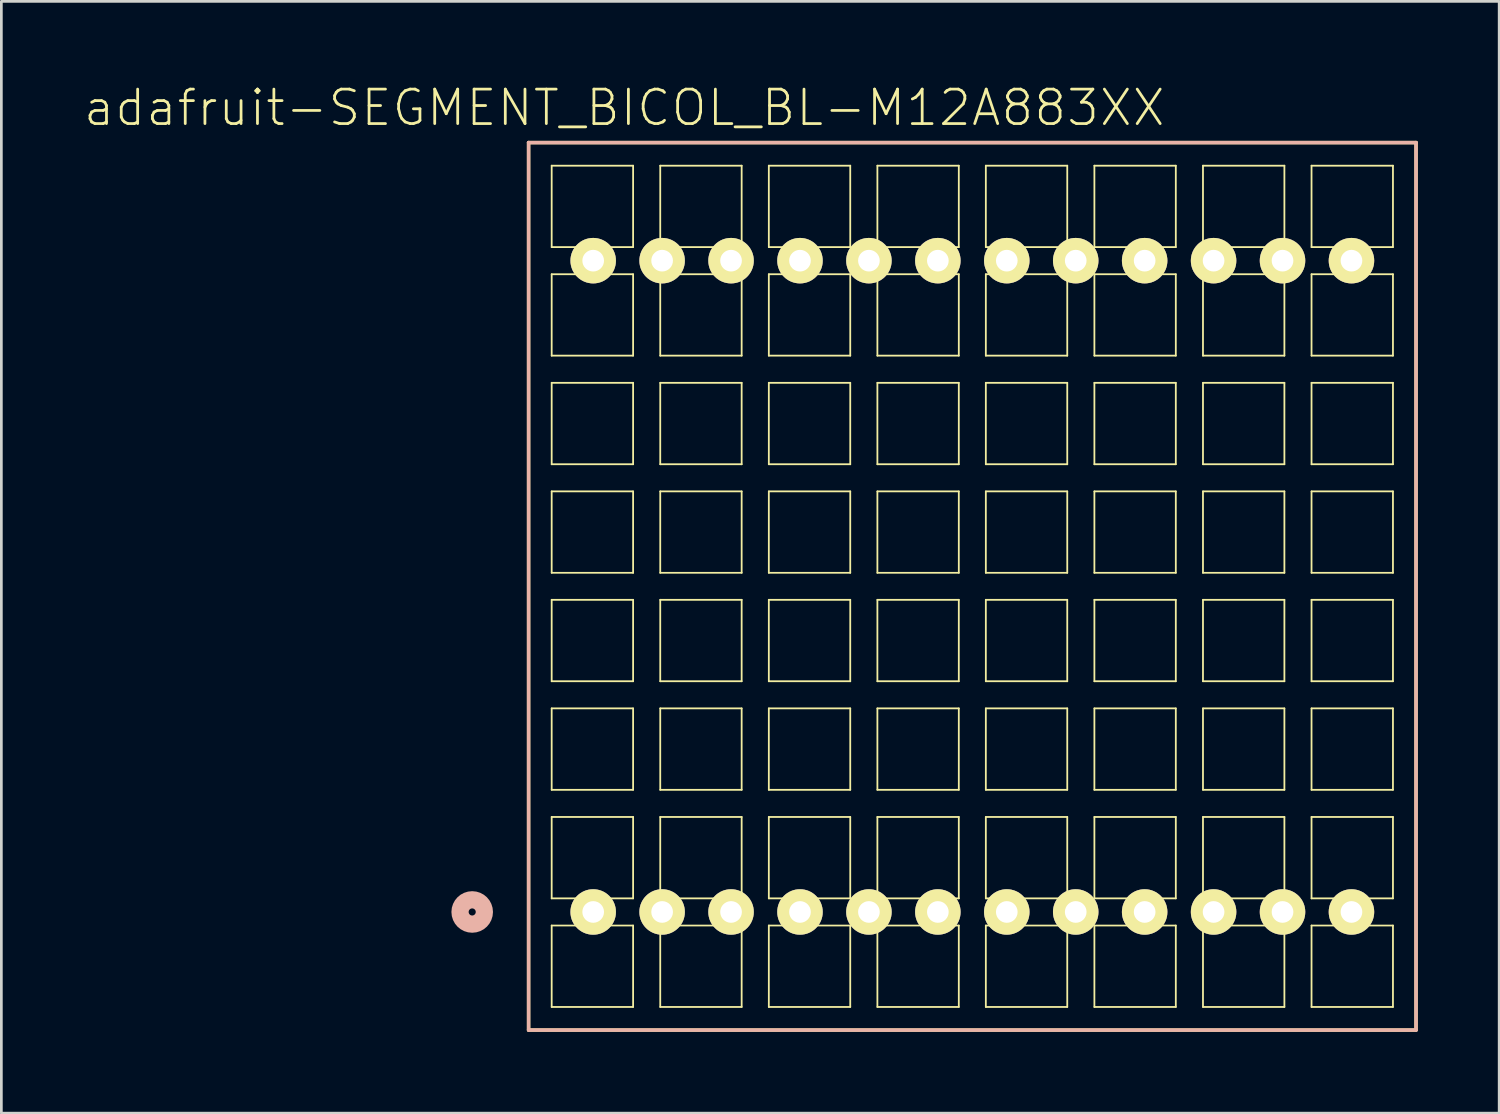
<source format=kicad_pcb>
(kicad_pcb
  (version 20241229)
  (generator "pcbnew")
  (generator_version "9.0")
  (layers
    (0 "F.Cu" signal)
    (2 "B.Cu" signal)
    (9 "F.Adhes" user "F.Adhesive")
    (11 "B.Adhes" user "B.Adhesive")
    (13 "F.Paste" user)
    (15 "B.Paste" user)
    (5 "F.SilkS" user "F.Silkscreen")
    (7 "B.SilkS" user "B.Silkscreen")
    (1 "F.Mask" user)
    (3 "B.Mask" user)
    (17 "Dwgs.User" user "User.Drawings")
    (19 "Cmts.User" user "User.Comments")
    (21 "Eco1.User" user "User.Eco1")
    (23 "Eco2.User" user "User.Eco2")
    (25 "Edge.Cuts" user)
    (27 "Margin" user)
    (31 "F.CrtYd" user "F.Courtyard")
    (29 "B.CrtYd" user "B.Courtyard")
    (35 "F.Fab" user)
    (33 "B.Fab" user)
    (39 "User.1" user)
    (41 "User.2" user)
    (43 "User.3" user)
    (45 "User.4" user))
  (footprint "adafruit-SEGMENT_BICOL_BL-M12A883XX"
    (layer "F.Cu")
    (at 32.777 18.554)
    (property "Reference" "adafruit-SEGMENT_BICOL_BL-M12A883XX" (at -12.824 -17.633 0) (layer "F.SilkS") (effects (font (size 1.27 1.27) (thickness 0.102))))
    (attr exclude_from_pos_files exclude_from_bom)
    (fp_line (start -16.35 -16.35) (end 16.35 -16.35) (stroke (width 0.127) (type solid)) (layer "F.SilkS"))
    (fp_line (start -16.35 16.35) (end -16.35 -16.35) (stroke (width 0.127) (type solid)) (layer "F.SilkS"))
    (fp_line (start -15.499 -15.499) (end -12.499 -15.499) (stroke (width 0.066) (type solid)) (layer "F.SilkS"))
    (fp_line (start -15.499 -12.499) (end -15.499 -15.499) (stroke (width 0.066) (type solid)) (layer "F.SilkS"))
    (fp_line (start -15.499 -12.499) (end -12.499 -12.499) (stroke (width 0.066) (type solid)) (layer "F.SilkS"))
    (fp_line (start -15.499 -11.499) (end -12.499 -11.499) (stroke (width 0.066) (type solid)) (layer "F.SilkS"))
    (fp_line (start -15.499 -8.499) (end -15.499 -11.499) (stroke (width 0.066) (type solid)) (layer "F.SilkS"))
    (fp_line (start -15.499 -8.499) (end -12.499 -8.499) (stroke (width 0.066) (type solid)) (layer "F.SilkS"))
    (fp_line (start -15.499 -7.498) (end -12.499 -7.498) (stroke (width 0.066) (type solid)) (layer "F.SilkS"))
    (fp_line (start -15.499 -4.498) (end -15.499 -7.498) (stroke (width 0.066) (type solid)) (layer "F.SilkS"))
    (fp_line (start -15.499 -4.498) (end -12.499 -4.498) (stroke (width 0.066) (type solid)) (layer "F.SilkS"))
    (fp_line (start -15.499 -3.498) (end -12.499 -3.498) (stroke (width 0.066) (type solid)) (layer "F.SilkS"))
    (fp_line (start -15.499 -0.498) (end -15.499 -3.498) (stroke (width 0.066) (type solid)) (layer "F.SilkS"))
    (fp_line (start -15.499 -0.498) (end -12.499 -0.498) (stroke (width 0.066) (type solid)) (layer "F.SilkS"))
    (fp_line (start -15.499 0.498) (end -12.499 0.498) (stroke (width 0.066) (type solid)) (layer "F.SilkS"))
    (fp_line (start -15.499 3.498) (end -15.499 0.498) (stroke (width 0.066) (type solid)) (layer "F.SilkS"))
    (fp_line (start -15.499 3.498) (end -12.499 3.498) (stroke (width 0.066) (type solid)) (layer "F.SilkS"))
    (fp_line (start -15.499 4.498) (end -12.499 4.498) (stroke (width 0.066) (type solid)) (layer "F.SilkS"))
    (fp_line (start -15.499 7.498) (end -15.499 4.498) (stroke (width 0.066) (type solid)) (layer "F.SilkS"))
    (fp_line (start -15.499 7.498) (end -12.499 7.498) (stroke (width 0.066) (type solid)) (layer "F.SilkS"))
    (fp_line (start -15.499 8.499) (end -12.499 8.499) (stroke (width 0.066) (type solid)) (layer "F.SilkS"))
    (fp_line (start -15.499 11.499) (end -15.499 8.499) (stroke (width 0.066) (type solid)) (layer "F.SilkS"))
    (fp_line (start -15.499 11.499) (end -12.499 11.499) (stroke (width 0.066) (type solid)) (layer "F.SilkS"))
    (fp_line (start -15.499 12.499) (end -12.499 12.499) (stroke (width 0.066) (type solid)) (layer "F.SilkS"))
    (fp_line (start -15.499 15.499) (end -15.499 12.499) (stroke (width 0.066) (type solid)) (layer "F.SilkS"))
    (fp_line (start -15.499 15.499) (end -12.499 15.499) (stroke (width 0.066) (type solid)) (layer "F.SilkS"))
    (fp_line (start -12.499 -12.499) (end -12.499 -15.499) (stroke (width 0.066) (type solid)) (layer "F.SilkS"))
    (fp_line (start -12.499 -8.499) (end -12.499 -11.499) (stroke (width 0.066) (type solid)) (layer "F.SilkS"))
    (fp_line (start -12.499 -4.498) (end -12.499 -7.498) (stroke (width 0.066) (type solid)) (layer "F.SilkS"))
    (fp_line (start -12.499 -0.498) (end -12.499 -3.498) (stroke (width 0.066) (type solid)) (layer "F.SilkS"))
    (fp_line (start -12.499 3.498) (end -12.499 0.498) (stroke (width 0.066) (type solid)) (layer "F.SilkS"))
    (fp_line (start -12.499 7.498) (end -12.499 4.498) (stroke (width 0.066) (type solid)) (layer "F.SilkS"))
    (fp_line (start -12.499 11.499) (end -12.499 8.499) (stroke (width 0.066) (type solid)) (layer "F.SilkS"))
    (fp_line (start -12.499 15.499) (end -12.499 12.499) (stroke (width 0.066) (type solid)) (layer "F.SilkS"))
    (fp_line (start -11.499 -15.499) (end -8.499 -15.499) (stroke (width 0.066) (type solid)) (layer "F.SilkS"))
    (fp_line (start -11.499 -12.499) (end -11.499 -15.499) (stroke (width 0.066) (type solid)) (layer "F.SilkS"))
    (fp_line (start -11.499 -12.499) (end -8.499 -12.499) (stroke (width 0.066) (type solid)) (layer "F.SilkS"))
    (fp_line (start -11.499 -11.499) (end -8.499 -11.499) (stroke (width 0.066) (type solid)) (layer "F.SilkS"))
    (fp_line (start -11.499 -8.499) (end -11.499 -11.499) (stroke (width 0.066) (type solid)) (layer "F.SilkS"))
    (fp_line (start -11.499 -8.499) (end -8.499 -8.499) (stroke (width 0.066) (type solid)) (layer "F.SilkS"))
    (fp_line (start -11.499 -7.498) (end -8.499 -7.498) (stroke (width 0.066) (type solid)) (layer "F.SilkS"))
    (fp_line (start -11.499 -4.498) (end -11.499 -7.498) (stroke (width 0.066) (type solid)) (layer "F.SilkS"))
    (fp_line (start -11.499 -4.498) (end -8.499 -4.498) (stroke (width 0.066) (type solid)) (layer "F.SilkS"))
    (fp_line (start -11.499 -3.498) (end -8.499 -3.498) (stroke (width 0.066) (type solid)) (layer "F.SilkS"))
    (fp_line (start -11.499 -0.498) (end -11.499 -3.498) (stroke (width 0.066) (type solid)) (layer "F.SilkS"))
    (fp_line (start -11.499 -0.498) (end -8.499 -0.498) (stroke (width 0.066) (type solid)) (layer "F.SilkS"))
    (fp_line (start -11.499 0.498) (end -8.499 0.498) (stroke (width 0.066) (type solid)) (layer "F.SilkS"))
    (fp_line (start -11.499 3.498) (end -11.499 0.498) (stroke (width 0.066) (type solid)) (layer "F.SilkS"))
    (fp_line (start -11.499 3.498) (end -8.499 3.498) (stroke (width 0.066) (type solid)) (layer "F.SilkS"))
    (fp_line (start -11.499 4.498) (end -8.499 4.498) (stroke (width 0.066) (type solid)) (layer "F.SilkS"))
    (fp_line (start -11.499 7.498) (end -11.499 4.498) (stroke (width 0.066) (type solid)) (layer "F.SilkS"))
    (fp_line (start -11.499 7.498) (end -8.499 7.498) (stroke (width 0.066) (type solid)) (layer "F.SilkS"))
    (fp_line (start -11.499 8.499) (end -8.499 8.499) (stroke (width 0.066) (type solid)) (layer "F.SilkS"))
    (fp_line (start -11.499 11.499) (end -11.499 8.499) (stroke (width 0.066) (type solid)) (layer "F.SilkS"))
    (fp_line (start -11.499 11.499) (end -8.499 11.499) (stroke (width 0.066) (type solid)) (layer "F.SilkS"))
    (fp_line (start -11.499 12.499) (end -8.499 12.499) (stroke (width 0.066) (type solid)) (layer "F.SilkS"))
    (fp_line (start -11.499 15.499) (end -11.499 12.499) (stroke (width 0.066) (type solid)) (layer "F.SilkS"))
    (fp_line (start -11.499 15.499) (end -8.499 15.499) (stroke (width 0.066) (type solid)) (layer "F.SilkS"))
    (fp_line (start -8.499 -12.499) (end -8.499 -15.499) (stroke (width 0.066) (type solid)) (layer "F.SilkS"))
    (fp_line (start -8.499 -8.499) (end -8.499 -11.499) (stroke (width 0.066) (type solid)) (layer "F.SilkS"))
    (fp_line (start -8.499 -4.498) (end -8.499 -7.498) (stroke (width 0.066) (type solid)) (layer "F.SilkS"))
    (fp_line (start -8.499 -0.498) (end -8.499 -3.498) (stroke (width 0.066) (type solid)) (layer "F.SilkS"))
    (fp_line (start -8.499 3.498) (end -8.499 0.498) (stroke (width 0.066) (type solid)) (layer "F.SilkS"))
    (fp_line (start -8.499 7.498) (end -8.499 4.498) (stroke (width 0.066) (type solid)) (layer "F.SilkS"))
    (fp_line (start -8.499 11.499) (end -8.499 8.499) (stroke (width 0.066) (type solid)) (layer "F.SilkS"))
    (fp_line (start -8.499 15.499) (end -8.499 12.499) (stroke (width 0.066) (type solid)) (layer "F.SilkS"))
    (fp_line (start -7.498 -15.499) (end -4.498 -15.499) (stroke (width 0.066) (type solid)) (layer "F.SilkS"))
    (fp_line (start -7.498 -12.499) (end -7.498 -15.499) (stroke (width 0.066) (type solid)) (layer "F.SilkS"))
    (fp_line (start -7.498 -12.499) (end -4.498 -12.499) (stroke (width 0.066) (type solid)) (layer "F.SilkS"))
    (fp_line (start -7.498 -11.499) (end -4.498 -11.499) (stroke (width 0.066) (type solid)) (layer "F.SilkS"))
    (fp_line (start -7.498 -8.499) (end -7.498 -11.499) (stroke (width 0.066) (type solid)) (layer "F.SilkS"))
    (fp_line (start -7.498 -8.499) (end -4.498 -8.499) (stroke (width 0.066) (type solid)) (layer "F.SilkS"))
    (fp_line (start -7.498 -7.498) (end -4.498 -7.498) (stroke (width 0.066) (type solid)) (layer "F.SilkS"))
    (fp_line (start -7.498 -4.498) (end -7.498 -7.498) (stroke (width 0.066) (type solid)) (layer "F.SilkS"))
    (fp_line (start -7.498 -4.498) (end -4.498 -4.498) (stroke (width 0.066) (type solid)) (layer "F.SilkS"))
    (fp_line (start -7.498 -3.498) (end -4.498 -3.498) (stroke (width 0.066) (type solid)) (layer "F.SilkS"))
    (fp_line (start -7.498 -0.498) (end -7.498 -3.498) (stroke (width 0.066) (type solid)) (layer "F.SilkS"))
    (fp_line (start -7.498 -0.498) (end -4.498 -0.498) (stroke (width 0.066) (type solid)) (layer "F.SilkS"))
    (fp_line (start -7.498 0.498) (end -4.498 0.498) (stroke (width 0.066) (type solid)) (layer "F.SilkS"))
    (fp_line (start -7.498 3.498) (end -7.498 0.498) (stroke (width 0.066) (type solid)) (layer "F.SilkS"))
    (fp_line (start -7.498 3.498) (end -4.498 3.498) (stroke (width 0.066) (type solid)) (layer "F.SilkS"))
    (fp_line (start -7.498 4.498) (end -4.498 4.498) (stroke (width 0.066) (type solid)) (layer "F.SilkS"))
    (fp_line (start -7.498 7.498) (end -7.498 4.498) (stroke (width 0.066) (type solid)) (layer "F.SilkS"))
    (fp_line (start -7.498 7.498) (end -4.498 7.498) (stroke (width 0.066) (type solid)) (layer "F.SilkS"))
    (fp_line (start -7.498 8.499) (end -4.498 8.499) (stroke (width 0.066) (type solid)) (layer "F.SilkS"))
    (fp_line (start -7.498 11.499) (end -7.498 8.499) (stroke (width 0.066) (type solid)) (layer "F.SilkS"))
    (fp_line (start -7.498 11.499) (end -4.498 11.499) (stroke (width 0.066) (type solid)) (layer "F.SilkS"))
    (fp_line (start -7.498 12.499) (end -4.498 12.499) (stroke (width 0.066) (type solid)) (layer "F.SilkS"))
    (fp_line (start -7.498 15.499) (end -7.498 12.499) (stroke (width 0.066) (type solid)) (layer "F.SilkS"))
    (fp_line (start -7.498 15.499) (end -4.498 15.499) (stroke (width 0.066) (type solid)) (layer "F.SilkS"))
    (fp_line (start -4.498 -12.499) (end -4.498 -15.499) (stroke (width 0.066) (type solid)) (layer "F.SilkS"))
    (fp_line (start -4.498 -8.499) (end -4.498 -11.499) (stroke (width 0.066) (type solid)) (layer "F.SilkS"))
    (fp_line (start -4.498 -4.498) (end -4.498 -7.498) (stroke (width 0.066) (type solid)) (layer "F.SilkS"))
    (fp_line (start -4.498 -0.498) (end -4.498 -3.498) (stroke (width 0.066) (type solid)) (layer "F.SilkS"))
    (fp_line (start -4.498 3.498) (end -4.498 0.498) (stroke (width 0.066) (type solid)) (layer "F.SilkS"))
    (fp_line (start -4.498 7.498) (end -4.498 4.498) (stroke (width 0.066) (type solid)) (layer "F.SilkS"))
    (fp_line (start -4.498 11.499) (end -4.498 8.499) (stroke (width 0.066) (type solid)) (layer "F.SilkS"))
    (fp_line (start -4.498 15.499) (end -4.498 12.499) (stroke (width 0.066) (type solid)) (layer "F.SilkS"))
    (fp_line (start -3.498 -15.499) (end -0.498 -15.499) (stroke (width 0.066) (type solid)) (layer "F.SilkS"))
    (fp_line (start -3.498 -12.499) (end -3.498 -15.499) (stroke (width 0.066) (type solid)) (layer "F.SilkS"))
    (fp_line (start -3.498 -12.499) (end -0.498 -12.499) (stroke (width 0.066) (type solid)) (layer "F.SilkS"))
    (fp_line (start -3.498 -11.499) (end -0.498 -11.499) (stroke (width 0.066) (type solid)) (layer "F.SilkS"))
    (fp_line (start -3.498 -8.499) (end -3.498 -11.499) (stroke (width 0.066) (type solid)) (layer "F.SilkS"))
    (fp_line (start -3.498 -8.499) (end -0.498 -8.499) (stroke (width 0.066) (type solid)) (layer "F.SilkS"))
    (fp_line (start -3.498 -7.498) (end -0.498 -7.498) (stroke (width 0.066) (type solid)) (layer "F.SilkS"))
    (fp_line (start -3.498 -4.498) (end -3.498 -7.498) (stroke (width 0.066) (type solid)) (layer "F.SilkS"))
    (fp_line (start -3.498 -4.498) (end -0.498 -4.498) (stroke (width 0.066) (type solid)) (layer "F.SilkS"))
    (fp_line (start -3.498 -3.498) (end -0.498 -3.498) (stroke (width 0.066) (type solid)) (layer "F.SilkS"))
    (fp_line (start -3.498 -0.498) (end -3.498 -3.498) (stroke (width 0.066) (type solid)) (layer "F.SilkS"))
    (fp_line (start -3.498 -0.498) (end -0.498 -0.498) (stroke (width 0.066) (type solid)) (layer "F.SilkS"))
    (fp_line (start -3.498 0.498) (end -0.498 0.498) (stroke (width 0.066) (type solid)) (layer "F.SilkS"))
    (fp_line (start -3.498 3.498) (end -3.498 0.498) (stroke (width 0.066) (type solid)) (layer "F.SilkS"))
    (fp_line (start -3.498 3.498) (end -0.498 3.498) (stroke (width 0.066) (type solid)) (layer "F.SilkS"))
    (fp_line (start -3.498 4.498) (end -0.498 4.498) (stroke (width 0.066) (type solid)) (layer "F.SilkS"))
    (fp_line (start -3.498 7.498) (end -3.498 4.498) (stroke (width 0.066) (type solid)) (layer "F.SilkS"))
    (fp_line (start -3.498 7.498) (end -0.498 7.498) (stroke (width 0.066) (type solid)) (layer "F.SilkS"))
    (fp_line (start -3.498 8.499) (end -0.498 8.499) (stroke (width 0.066) (type solid)) (layer "F.SilkS"))
    (fp_line (start -3.498 11.499) (end -3.498 8.499) (stroke (width 0.066) (type solid)) (layer "F.SilkS"))
    (fp_line (start -3.498 11.499) (end -0.498 11.499) (stroke (width 0.066) (type solid)) (layer "F.SilkS"))
    (fp_line (start -3.498 12.499) (end -0.498 12.499) (stroke (width 0.066) (type solid)) (layer "F.SilkS"))
    (fp_line (start -3.498 15.499) (end -3.498 12.499) (stroke (width 0.066) (type solid)) (layer "F.SilkS"))
    (fp_line (start -3.498 15.499) (end -0.498 15.499) (stroke (width 0.066) (type solid)) (layer "F.SilkS"))
    (fp_line (start -0.498 -12.499) (end -0.498 -15.499) (stroke (width 0.066) (type solid)) (layer "F.SilkS"))
    (fp_line (start -0.498 -8.499) (end -0.498 -11.499) (stroke (width 0.066) (type solid)) (layer "F.SilkS"))
    (fp_line (start -0.498 -4.498) (end -0.498 -7.498) (stroke (width 0.066) (type solid)) (layer "F.SilkS"))
    (fp_line (start -0.498 -0.498) (end -0.498 -3.498) (stroke (width 0.066) (type solid)) (layer "F.SilkS"))
    (fp_line (start -0.498 3.498) (end -0.498 0.498) (stroke (width 0.066) (type solid)) (layer "F.SilkS"))
    (fp_line (start -0.498 7.498) (end -0.498 4.498) (stroke (width 0.066) (type solid)) (layer "F.SilkS"))
    (fp_line (start -0.498 11.499) (end -0.498 8.499) (stroke (width 0.066) (type solid)) (layer "F.SilkS"))
    (fp_line (start -0.498 15.499) (end -0.498 12.499) (stroke (width 0.066) (type solid)) (layer "F.SilkS"))
    (fp_line (start 0.498 -15.499) (end 3.498 -15.499) (stroke (width 0.066) (type solid)) (layer "F.SilkS"))
    (fp_line (start 0.498 -12.499) (end 0.498 -15.499) (stroke (width 0.066) (type solid)) (layer "F.SilkS"))
    (fp_line (start 0.498 -12.499) (end 3.498 -12.499) (stroke (width 0.066) (type solid)) (layer "F.SilkS"))
    (fp_line (start 0.498 -11.499) (end 3.498 -11.499) (stroke (width 0.066) (type solid)) (layer "F.SilkS"))
    (fp_line (start 0.498 -8.499) (end 0.498 -11.499) (stroke (width 0.066) (type solid)) (layer "F.SilkS"))
    (fp_line (start 0.498 -8.499) (end 3.498 -8.499) (stroke (width 0.066) (type solid)) (layer "F.SilkS"))
    (fp_line (start 0.498 -7.498) (end 3.498 -7.498) (stroke (width 0.066) (type solid)) (layer "F.SilkS"))
    (fp_line (start 0.498 -4.498) (end 0.498 -7.498) (stroke (width 0.066) (type solid)) (layer "F.SilkS"))
    (fp_line (start 0.498 -4.498) (end 3.498 -4.498) (stroke (width 0.066) (type solid)) (layer "F.SilkS"))
    (fp_line (start 0.498 -3.498) (end 3.498 -3.498) (stroke (width 0.066) (type solid)) (layer "F.SilkS"))
    (fp_line (start 0.498 -0.498) (end 0.498 -3.498) (stroke (width 0.066) (type solid)) (layer "F.SilkS"))
    (fp_line (start 0.498 -0.498) (end 3.498 -0.498) (stroke (width 0.066) (type solid)) (layer "F.SilkS"))
    (fp_line (start 0.498 0.498) (end 3.498 0.498) (stroke (width 0.066) (type solid)) (layer "F.SilkS"))
    (fp_line (start 0.498 3.498) (end 0.498 0.498) (stroke (width 0.066) (type solid)) (layer "F.SilkS"))
    (fp_line (start 0.498 3.498) (end 3.498 3.498) (stroke (width 0.066) (type solid)) (layer "F.SilkS"))
    (fp_line (start 0.498 4.498) (end 3.498 4.498) (stroke (width 0.066) (type solid)) (layer "F.SilkS"))
    (fp_line (start 0.498 7.498) (end 0.498 4.498) (stroke (width 0.066) (type solid)) (layer "F.SilkS"))
    (fp_line (start 0.498 7.498) (end 3.498 7.498) (stroke (width 0.066) (type solid)) (layer "F.SilkS"))
    (fp_line (start 0.498 8.499) (end 3.498 8.499) (stroke (width 0.066) (type solid)) (layer "F.SilkS"))
    (fp_line (start 0.498 11.499) (end 0.498 8.499) (stroke (width 0.066) (type solid)) (layer "F.SilkS"))
    (fp_line (start 0.498 11.499) (end 3.498 11.499) (stroke (width 0.066) (type solid)) (layer "F.SilkS"))
    (fp_line (start 0.498 12.499) (end 3.498 12.499) (stroke (width 0.066) (type solid)) (layer "F.SilkS"))
    (fp_line (start 0.498 15.499) (end 0.498 12.499) (stroke (width 0.066) (type solid)) (layer "F.SilkS"))
    (fp_line (start 0.498 15.499) (end 3.498 15.499) (stroke (width 0.066) (type solid)) (layer "F.SilkS"))
    (fp_line (start 3.498 -12.499) (end 3.498 -15.499) (stroke (width 0.066) (type solid)) (layer "F.SilkS"))
    (fp_line (start 3.498 -8.499) (end 3.498 -11.499) (stroke (width 0.066) (type solid)) (layer "F.SilkS"))
    (fp_line (start 3.498 -4.498) (end 3.498 -7.498) (stroke (width 0.066) (type solid)) (layer "F.SilkS"))
    (fp_line (start 3.498 -0.498) (end 3.498 -3.498) (stroke (width 0.066) (type solid)) (layer "F.SilkS"))
    (fp_line (start 3.498 3.498) (end 3.498 0.498) (stroke (width 0.066) (type solid)) (layer "F.SilkS"))
    (fp_line (start 3.498 7.498) (end 3.498 4.498) (stroke (width 0.066) (type solid)) (layer "F.SilkS"))
    (fp_line (start 3.498 11.499) (end 3.498 8.499) (stroke (width 0.066) (type solid)) (layer "F.SilkS"))
    (fp_line (start 3.498 15.499) (end 3.498 12.499) (stroke (width 0.066) (type solid)) (layer "F.SilkS"))
    (fp_line (start 4.498 -15.499) (end 7.498 -15.499) (stroke (width 0.066) (type solid)) (layer "F.SilkS"))
    (fp_line (start 4.498 -12.499) (end 4.498 -15.499) (stroke (width 0.066) (type solid)) (layer "F.SilkS"))
    (fp_line (start 4.498 -12.499) (end 7.498 -12.499) (stroke (width 0.066) (type solid)) (layer "F.SilkS"))
    (fp_line (start 4.498 -11.499) (end 7.498 -11.499) (stroke (width 0.066) (type solid)) (layer "F.SilkS"))
    (fp_line (start 4.498 -8.499) (end 4.498 -11.499) (stroke (width 0.066) (type solid)) (layer "F.SilkS"))
    (fp_line (start 4.498 -8.499) (end 7.498 -8.499) (stroke (width 0.066) (type solid)) (layer "F.SilkS"))
    (fp_line (start 4.498 -7.498) (end 7.498 -7.498) (stroke (width 0.066) (type solid)) (layer "F.SilkS"))
    (fp_line (start 4.498 -4.498) (end 4.498 -7.498) (stroke (width 0.066) (type solid)) (layer "F.SilkS"))
    (fp_line (start 4.498 -4.498) (end 7.498 -4.498) (stroke (width 0.066) (type solid)) (layer "F.SilkS"))
    (fp_line (start 4.498 -3.498) (end 7.498 -3.498) (stroke (width 0.066) (type solid)) (layer "F.SilkS"))
    (fp_line (start 4.498 -0.498) (end 4.498 -3.498) (stroke (width 0.066) (type solid)) (layer "F.SilkS"))
    (fp_line (start 4.498 -0.498) (end 7.498 -0.498) (stroke (width 0.066) (type solid)) (layer "F.SilkS"))
    (fp_line (start 4.498 0.498) (end 7.498 0.498) (stroke (width 0.066) (type solid)) (layer "F.SilkS"))
    (fp_line (start 4.498 3.498) (end 4.498 0.498) (stroke (width 0.066) (type solid)) (layer "F.SilkS"))
    (fp_line (start 4.498 3.498) (end 7.498 3.498) (stroke (width 0.066) (type solid)) (layer "F.SilkS"))
    (fp_line (start 4.498 4.498) (end 7.498 4.498) (stroke (width 0.066) (type solid)) (layer "F.SilkS"))
    (fp_line (start 4.498 7.498) (end 4.498 4.498) (stroke (width 0.066) (type solid)) (layer "F.SilkS"))
    (fp_line (start 4.498 7.498) (end 7.498 7.498) (stroke (width 0.066) (type solid)) (layer "F.SilkS"))
    (fp_line (start 4.498 8.499) (end 7.498 8.499) (stroke (width 0.066) (type solid)) (layer "F.SilkS"))
    (fp_line (start 4.498 11.499) (end 4.498 8.499) (stroke (width 0.066) (type solid)) (layer "F.SilkS"))
    (fp_line (start 4.498 11.499) (end 7.498 11.499) (stroke (width 0.066) (type solid)) (layer "F.SilkS"))
    (fp_line (start 4.498 12.499) (end 7.498 12.499) (stroke (width 0.066) (type solid)) (layer "F.SilkS"))
    (fp_line (start 4.498 15.499) (end 4.498 12.499) (stroke (width 0.066) (type solid)) (layer "F.SilkS"))
    (fp_line (start 4.498 15.499) (end 7.498 15.499) (stroke (width 0.066) (type solid)) (layer "F.SilkS"))
    (fp_line (start 7.498 -12.499) (end 7.498 -15.499) (stroke (width 0.066) (type solid)) (layer "F.SilkS"))
    (fp_line (start 7.498 -8.499) (end 7.498 -11.499) (stroke (width 0.066) (type solid)) (layer "F.SilkS"))
    (fp_line (start 7.498 -4.498) (end 7.498 -7.498) (stroke (width 0.066) (type solid)) (layer "F.SilkS"))
    (fp_line (start 7.498 -0.498) (end 7.498 -3.498) (stroke (width 0.066) (type solid)) (layer "F.SilkS"))
    (fp_line (start 7.498 3.498) (end 7.498 0.498) (stroke (width 0.066) (type solid)) (layer "F.SilkS"))
    (fp_line (start 7.498 7.498) (end 7.498 4.498) (stroke (width 0.066) (type solid)) (layer "F.SilkS"))
    (fp_line (start 7.498 11.499) (end 7.498 8.499) (stroke (width 0.066) (type solid)) (layer "F.SilkS"))
    (fp_line (start 7.498 15.499) (end 7.498 12.499) (stroke (width 0.066) (type solid)) (layer "F.SilkS"))
    (fp_line (start 8.499 -15.499) (end 11.499 -15.499) (stroke (width 0.066) (type solid)) (layer "F.SilkS"))
    (fp_line (start 8.499 -12.499) (end 8.499 -15.499) (stroke (width 0.066) (type solid)) (layer "F.SilkS"))
    (fp_line (start 8.499 -12.499) (end 11.499 -12.499) (stroke (width 0.066) (type solid)) (layer "F.SilkS"))
    (fp_line (start 8.499 -11.499) (end 11.499 -11.499) (stroke (width 0.066) (type solid)) (layer "F.SilkS"))
    (fp_line (start 8.499 -8.499) (end 8.499 -11.499) (stroke (width 0.066) (type solid)) (layer "F.SilkS"))
    (fp_line (start 8.499 -8.499) (end 11.499 -8.499) (stroke (width 0.066) (type solid)) (layer "F.SilkS"))
    (fp_line (start 8.499 -7.498) (end 11.499 -7.498) (stroke (width 0.066) (type solid)) (layer "F.SilkS"))
    (fp_line (start 8.499 -4.498) (end 8.499 -7.498) (stroke (width 0.066) (type solid)) (layer "F.SilkS"))
    (fp_line (start 8.499 -4.498) (end 11.499 -4.498) (stroke (width 0.066) (type solid)) (layer "F.SilkS"))
    (fp_line (start 8.499 -3.498) (end 11.499 -3.498) (stroke (width 0.066) (type solid)) (layer "F.SilkS"))
    (fp_line (start 8.499 -0.498) (end 8.499 -3.498) (stroke (width 0.066) (type solid)) (layer "F.SilkS"))
    (fp_line (start 8.499 -0.498) (end 11.499 -0.498) (stroke (width 0.066) (type solid)) (layer "F.SilkS"))
    (fp_line (start 8.499 0.498) (end 11.499 0.498) (stroke (width 0.066) (type solid)) (layer "F.SilkS"))
    (fp_line (start 8.499 3.498) (end 8.499 0.498) (stroke (width 0.066) (type solid)) (layer "F.SilkS"))
    (fp_line (start 8.499 3.498) (end 11.499 3.498) (stroke (width 0.066) (type solid)) (layer "F.SilkS"))
    (fp_line (start 8.499 4.498) (end 11.499 4.498) (stroke (width 0.066) (type solid)) (layer "F.SilkS"))
    (fp_line (start 8.499 7.498) (end 8.499 4.498) (stroke (width 0.066) (type solid)) (layer "F.SilkS"))
    (fp_line (start 8.499 7.498) (end 11.499 7.498) (stroke (width 0.066) (type solid)) (layer "F.SilkS"))
    (fp_line (start 8.499 8.499) (end 11.499 8.499) (stroke (width 0.066) (type solid)) (layer "F.SilkS"))
    (fp_line (start 8.499 11.499) (end 8.499 8.499) (stroke (width 0.066) (type solid)) (layer "F.SilkS"))
    (fp_line (start 8.499 11.499) (end 11.499 11.499) (stroke (width 0.066) (type solid)) (layer "F.SilkS"))
    (fp_line (start 8.499 12.499) (end 11.499 12.499) (stroke (width 0.066) (type solid)) (layer "F.SilkS"))
    (fp_line (start 8.499 15.499) (end 8.499 12.499) (stroke (width 0.066) (type solid)) (layer "F.SilkS"))
    (fp_line (start 8.499 15.499) (end 11.499 15.499) (stroke (width 0.066) (type solid)) (layer "F.SilkS"))
    (fp_line (start 11.499 -12.499) (end 11.499 -15.499) (stroke (width 0.066) (type solid)) (layer "F.SilkS"))
    (fp_line (start 11.499 -8.499) (end 11.499 -11.499) (stroke (width 0.066) (type solid)) (layer "F.SilkS"))
    (fp_line (start 11.499 -4.498) (end 11.499 -7.498) (stroke (width 0.066) (type solid)) (layer "F.SilkS"))
    (fp_line (start 11.499 -0.498) (end 11.499 -3.498) (stroke (width 0.066) (type solid)) (layer "F.SilkS"))
    (fp_line (start 11.499 3.498) (end 11.499 0.498) (stroke (width 0.066) (type solid)) (layer "F.SilkS"))
    (fp_line (start 11.499 7.498) (end 11.499 4.498) (stroke (width 0.066) (type solid)) (layer "F.SilkS"))
    (fp_line (start 11.499 11.499) (end 11.499 8.499) (stroke (width 0.066) (type solid)) (layer "F.SilkS"))
    (fp_line (start 11.499 15.499) (end 11.499 12.499) (stroke (width 0.066) (type solid)) (layer "F.SilkS"))
    (fp_line (start 12.499 -15.499) (end 15.499 -15.499) (stroke (width 0.066) (type solid)) (layer "F.SilkS"))
    (fp_line (start 12.499 -12.499) (end 12.499 -15.499) (stroke (width 0.066) (type solid)) (layer "F.SilkS"))
    (fp_line (start 12.499 -12.499) (end 15.499 -12.499) (stroke (width 0.066) (type solid)) (layer "F.SilkS"))
    (fp_line (start 12.499 -11.499) (end 15.499 -11.499) (stroke (width 0.066) (type solid)) (layer "F.SilkS"))
    (fp_line (start 12.499 -8.499) (end 12.499 -11.499) (stroke (width 0.066) (type solid)) (layer "F.SilkS"))
    (fp_line (start 12.499 -8.499) (end 15.499 -8.499) (stroke (width 0.066) (type solid)) (layer "F.SilkS"))
    (fp_line (start 12.499 -7.498) (end 15.499 -7.498) (stroke (width 0.066) (type solid)) (layer "F.SilkS"))
    (fp_line (start 12.499 -4.498) (end 12.499 -7.498) (stroke (width 0.066) (type solid)) (layer "F.SilkS"))
    (fp_line (start 12.499 -4.498) (end 15.499 -4.498) (stroke (width 0.066) (type solid)) (layer "F.SilkS"))
    (fp_line (start 12.499 -3.498) (end 15.499 -3.498) (stroke (width 0.066) (type solid)) (layer "F.SilkS"))
    (fp_line (start 12.499 -0.498) (end 12.499 -3.498) (stroke (width 0.066) (type solid)) (layer "F.SilkS"))
    (fp_line (start 12.499 -0.498) (end 15.499 -0.498) (stroke (width 0.066) (type solid)) (layer "F.SilkS"))
    (fp_line (start 12.499 0.498) (end 15.499 0.498) (stroke (width 0.066) (type solid)) (layer "F.SilkS"))
    (fp_line (start 12.499 3.498) (end 12.499 0.498) (stroke (width 0.066) (type solid)) (layer "F.SilkS"))
    (fp_line (start 12.499 3.498) (end 15.499 3.498) (stroke (width 0.066) (type solid)) (layer "F.SilkS"))
    (fp_line (start 12.499 4.498) (end 15.499 4.498) (stroke (width 0.066) (type solid)) (layer "F.SilkS"))
    (fp_line (start 12.499 7.498) (end 12.499 4.498) (stroke (width 0.066) (type solid)) (layer "F.SilkS"))
    (fp_line (start 12.499 7.498) (end 15.499 7.498) (stroke (width 0.066) (type solid)) (layer "F.SilkS"))
    (fp_line (start 12.499 8.499) (end 15.499 8.499) (stroke (width 0.066) (type solid)) (layer "F.SilkS"))
    (fp_line (start 12.499 11.499) (end 12.499 8.499) (stroke (width 0.066) (type solid)) (layer "F.SilkS"))
    (fp_line (start 12.499 11.499) (end 15.499 11.499) (stroke (width 0.066) (type solid)) (layer "F.SilkS"))
    (fp_line (start 12.499 12.499) (end 15.499 12.499) (stroke (width 0.066) (type solid)) (layer "F.SilkS"))
    (fp_line (start 12.499 15.499) (end 12.499 12.499) (stroke (width 0.066) (type solid)) (layer "F.SilkS"))
    (fp_line (start 12.499 15.499) (end 15.499 15.499) (stroke (width 0.066) (type solid)) (layer "F.SilkS"))
    (fp_line (start 15.499 -12.499) (end 15.499 -15.499) (stroke (width 0.066) (type solid)) (layer "F.SilkS"))
    (fp_line (start 15.499 -8.499) (end 15.499 -11.499) (stroke (width 0.066) (type solid)) (layer "F.SilkS"))
    (fp_line (start 15.499 -4.498) (end 15.499 -7.498) (stroke (width 0.066) (type solid)) (layer "F.SilkS"))
    (fp_line (start 15.499 -0.498) (end 15.499 -3.498) (stroke (width 0.066) (type solid)) (layer "F.SilkS"))
    (fp_line (start 15.499 3.498) (end 15.499 0.498) (stroke (width 0.066) (type solid)) (layer "F.SilkS"))
    (fp_line (start 15.499 7.498) (end 15.499 4.498) (stroke (width 0.066) (type solid)) (layer "F.SilkS"))
    (fp_line (start 15.499 11.499) (end 15.499 8.499) (stroke (width 0.066) (type solid)) (layer "F.SilkS"))
    (fp_line (start 15.499 15.499) (end 15.499 12.499) (stroke (width 0.066) (type solid)) (layer "F.SilkS"))
    (fp_line (start 16.35 -16.35) (end 16.35 16.35) (stroke (width 0.127) (type solid)) (layer "F.SilkS"))
    (fp_line (start 16.35 16.35) (end -16.35 16.35) (stroke (width 0.127) (type solid)) (layer "F.SilkS"))
    (fp_line (start -16.35 -16.35) (end 16.35 -16.35) (stroke (width 0.127) (type solid)) (layer "B.SilkS"))
    (fp_line (start -16.35 16.35) (end -16.35 -16.35) (stroke (width 0.127) (type solid)) (layer "B.SilkS"))
    (fp_line (start 16.35 -16.35) (end 16.35 16.35) (stroke (width 0.127) (type solid)) (layer "B.SilkS"))
    (fp_line (start 16.35 16.35) (end -16.35 16.35) (stroke (width 0.127) (type solid)) (layer "B.SilkS"))
    (fp_circle (center -18.428 11.999) (end -18.745 12.316) (stroke (width 0.635) (type solid)) (fill no) (layer "B.SilkS"))
    (pad "1" thru_hole circle (at -13.97 11.999) (size 1.676 1.676) (drill 0.798) (layers "*.Cu" "F.Mask" "F.SilkS" "F.Paste"))
    (pad "2" thru_hole circle (at -11.43 11.999) (size 1.676 1.676) (drill 0.798) (layers "*.Cu" "F.Mask" "F.SilkS" "F.Paste"))
    (pad "3" thru_hole circle (at -8.89 11.999) (size 1.676 1.676) (drill 0.798) (layers "*.Cu" "F.Mask" "F.SilkS" "F.Paste"))
    (pad "4" thru_hole circle (at -6.35 11.999) (size 1.676 1.676) (drill 0.798) (layers "*.Cu" "F.Mask" "F.SilkS" "F.Paste"))
    (pad "5" thru_hole circle (at -3.81 11.999) (size 1.676 1.676) (drill 0.798) (layers "*.Cu" "F.Mask" "F.SilkS" "F.Paste"))
    (pad "6" thru_hole circle (at -1.27 11.999) (size 1.676 1.676) (drill 0.798) (layers "*.Cu" "F.Mask" "F.SilkS" "F.Paste"))
    (pad "7" thru_hole circle (at 1.27 11.999) (size 1.676 1.676) (drill 0.798) (layers "*.Cu" "F.Mask" "F.SilkS" "F.Paste"))
    (pad "8" thru_hole circle (at 3.81 11.999) (size 1.676 1.676) (drill 0.798) (layers "*.Cu" "F.Mask" "F.SilkS" "F.Paste"))
    (pad "9" thru_hole circle (at 6.35 11.999) (size 1.676 1.676) (drill 0.798) (layers "*.Cu" "F.Mask" "F.SilkS" "F.Paste"))
    (pad "10" thru_hole circle (at 8.89 11.999) (size 1.676 1.676) (drill 0.798) (layers "*.Cu" "F.Mask" "F.SilkS" "F.Paste"))
    (pad "11" thru_hole circle (at 11.43 11.999) (size 1.676 1.676) (drill 0.798) (layers "*.Cu" "F.Mask" "F.SilkS" "F.Paste"))
    (pad "12" thru_hole circle (at 13.97 11.999) (size 1.676 1.676) (drill 0.798) (layers "*.Cu" "F.Mask" "F.SilkS" "F.Paste"))
    (pad "13" thru_hole circle (at 13.97 -11.999) (size 1.676 1.676) (drill 0.798) (layers "*.Cu" "F.Mask" "F.SilkS" "F.Paste"))
    (pad "14" thru_hole circle (at 11.43 -11.999) (size 1.676 1.676) (drill 0.798) (layers "*.Cu" "F.Mask" "F.SilkS" "F.Paste"))
    (pad "15" thru_hole circle (at 8.89 -11.999) (size 1.676 1.676) (drill 0.798) (layers "*.Cu" "F.Mask" "F.SilkS" "F.Paste"))
    (pad "16" thru_hole circle (at 6.35 -11.999) (size 1.676 1.676) (drill 0.798) (layers "*.Cu" "F.Mask" "F.SilkS" "F.Paste"))
    (pad "17" thru_hole circle (at 3.81 -11.999) (size 1.676 1.676) (drill 0.798) (layers "*.Cu" "F.Mask" "F.SilkS" "F.Paste"))
    (pad "18" thru_hole circle (at 1.27 -11.999) (size 1.676 1.676) (drill 0.798) (layers "*.Cu" "F.Mask" "F.SilkS" "F.Paste"))
    (pad "19" thru_hole circle (at -1.27 -11.999) (size 1.676 1.676) (drill 0.798) (layers "*.Cu" "F.Mask" "F.SilkS" "F.Paste"))
    (pad "20" thru_hole circle (at -3.81 -11.999) (size 1.676 1.676) (drill 0.798) (layers "*.Cu" "F.Mask" "F.SilkS" "F.Paste"))
    (pad "21" thru_hole circle (at -6.35 -11.999) (size 1.676 1.676) (drill 0.798) (layers "*.Cu" "F.Mask" "F.SilkS" "F.Paste"))
    (pad "22" thru_hole circle (at -8.89 -11.999) (size 1.676 1.676) (drill 0.798) (layers "*.Cu" "F.Mask" "F.SilkS" "F.Paste"))
    (pad "23" thru_hole circle (at -11.43 -11.999) (size 1.676 1.676) (drill 0.798) (layers "*.Cu" "F.Mask" "F.SilkS" "F.Paste"))
    (pad "24" thru_hole circle (at -13.97 -11.999) (size 1.676 1.676) (drill 0.798) (layers "*.Cu" "F.Mask" "F.SilkS" "F.Paste")))
  (gr_rect
    (start -3 -3)
    (end 52.19 37.967)
    (stroke (width 0.1) (type default))
    (fill no)
    (layer "Edge.Cuts")))
</source>
